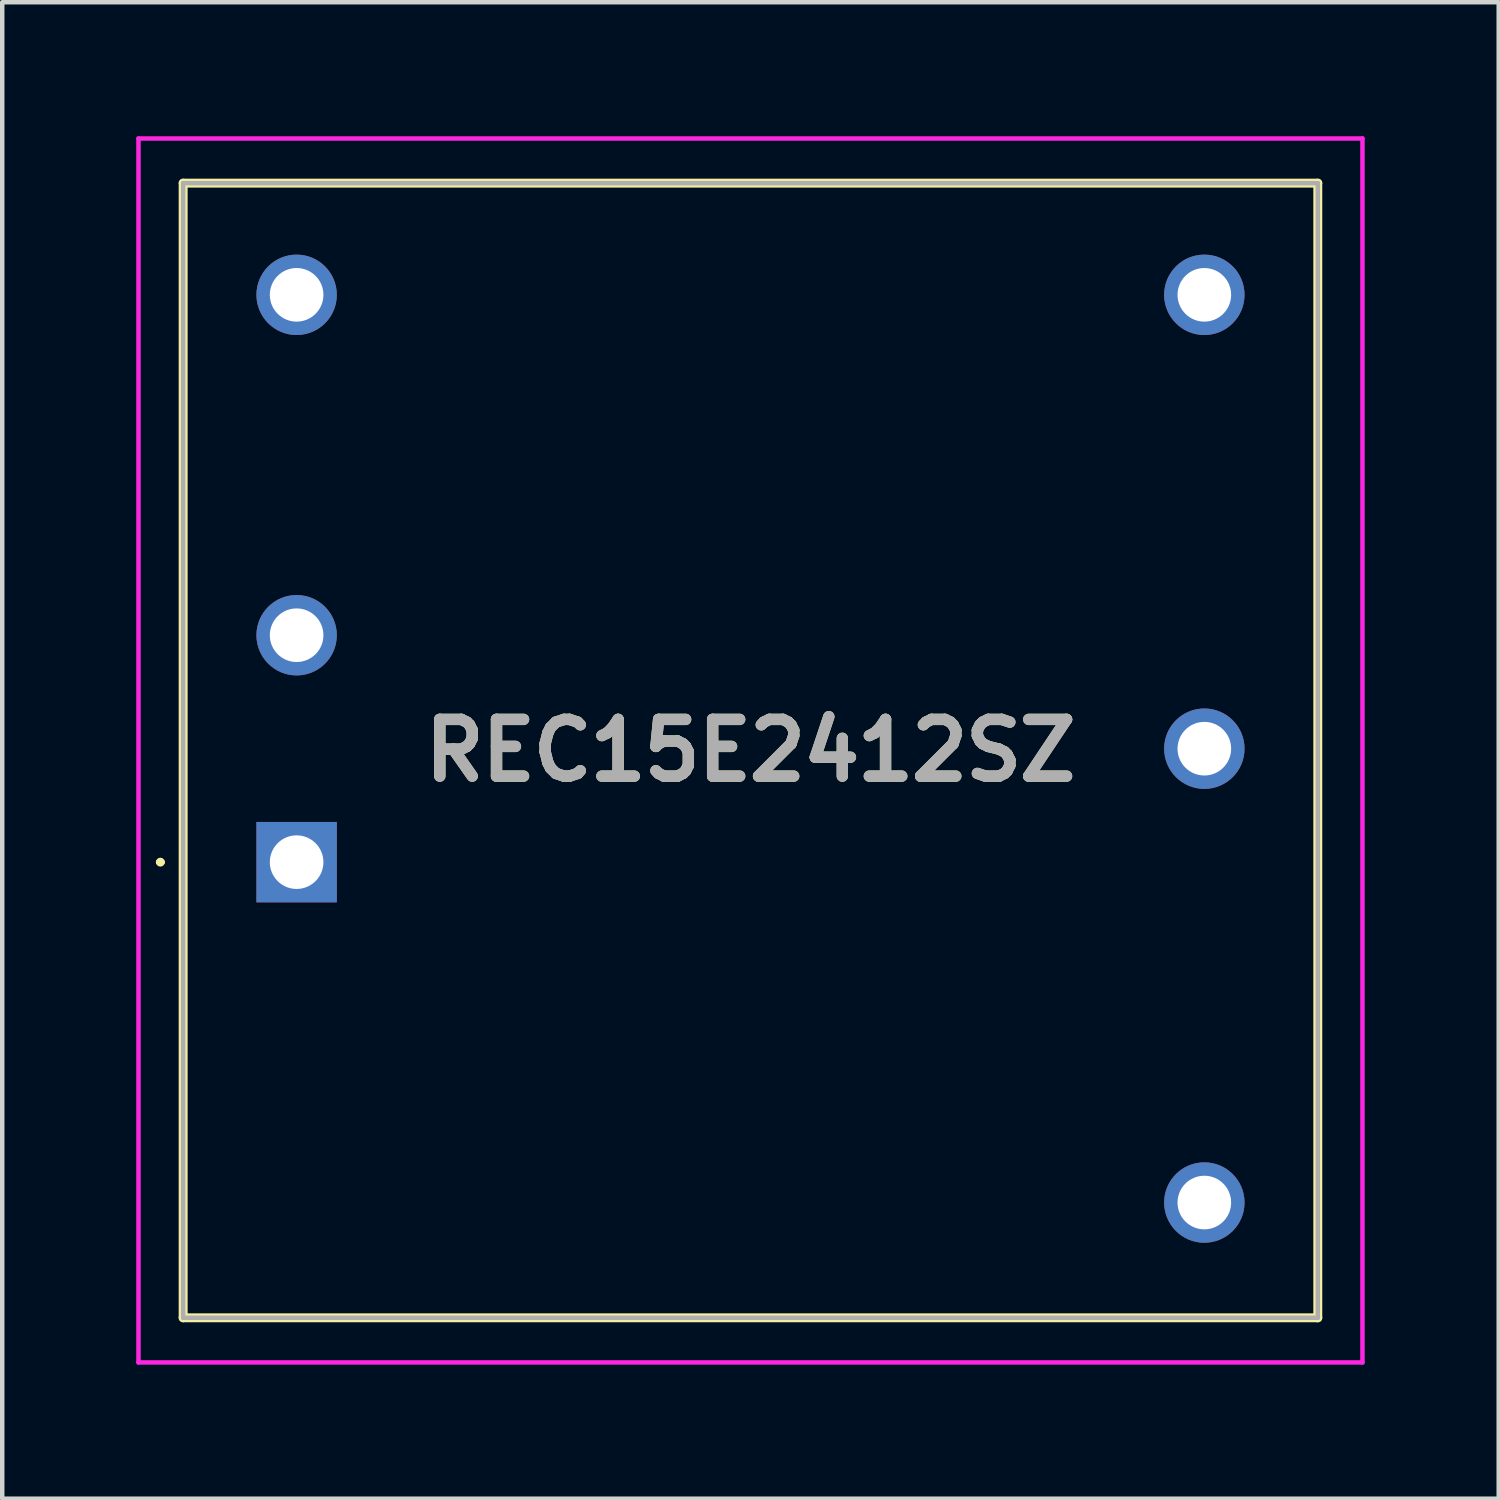
<source format=kicad_pcb>
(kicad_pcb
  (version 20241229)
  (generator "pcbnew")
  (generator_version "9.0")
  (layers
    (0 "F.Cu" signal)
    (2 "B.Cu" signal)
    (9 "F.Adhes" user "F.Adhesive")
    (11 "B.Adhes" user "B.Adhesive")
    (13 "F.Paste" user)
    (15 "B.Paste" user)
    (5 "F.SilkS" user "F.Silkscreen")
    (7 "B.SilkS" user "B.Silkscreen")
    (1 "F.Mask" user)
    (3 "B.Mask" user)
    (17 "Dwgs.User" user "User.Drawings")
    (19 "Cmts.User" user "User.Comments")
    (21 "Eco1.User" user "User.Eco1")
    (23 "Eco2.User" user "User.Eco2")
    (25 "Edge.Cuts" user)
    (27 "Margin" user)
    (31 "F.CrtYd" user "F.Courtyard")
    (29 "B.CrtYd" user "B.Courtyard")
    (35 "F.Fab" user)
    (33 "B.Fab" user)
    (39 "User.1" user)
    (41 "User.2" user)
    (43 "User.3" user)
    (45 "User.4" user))
  (footprint "REC15E2412SZ"
    (layer "F.Cu")
    (at 3.59 16.25)
    (property "Reference" "REC15E2412SZ" (at 10.16 -2.5 0) (layer "F.SilkS") (effects (font (size 1.27 1.27) (thickness 0.254))))
    (attr through_hole)
    (fp_line (start -3.1 0) (end -3.1 0) (stroke (width 0.1) (type solid)) (layer "F.SilkS"))
    (fp_line (start -3 0) (end -3 0) (stroke (width 0.1) (type solid)) (layer "F.SilkS"))
    (fp_line (start -2.54 -15.2) (end -2.54 10.2) (stroke (width 0.2) (type solid)) (layer "F.SilkS"))
    (fp_line (start -2.54 10.2) (end 22.86 10.2) (stroke (width 0.2) (type solid)) (layer "F.SilkS"))
    (fp_line (start 22.86 -15.2) (end -2.54 -15.2) (stroke (width 0.2) (type solid)) (layer "F.SilkS"))
    (fp_line (start 22.86 10.2) (end 22.86 -15.2) (stroke (width 0.2) (type solid)) (layer "F.SilkS"))
    (fp_arc (start -3.1 0) (mid -3.05 -0.05) (end -3 0) (stroke (width 0.1) (type solid)) (layer "F.SilkS"))
    (fp_arc (start -3 0) (mid -3.05 0.05) (end -3.1 0) (stroke (width 0.1) (type solid)) (layer "F.SilkS"))
    (fp_line (start -3.54 -16.2) (end 23.86 -16.2) (stroke (width 0.1) (type solid)) (layer "F.CrtYd"))
    (fp_line (start -3.54 11.2) (end -3.54 -16.2) (stroke (width 0.1) (type solid)) (layer "F.CrtYd"))
    (fp_line (start 23.86 -16.2) (end 23.86 11.2) (stroke (width 0.1) (type solid)) (layer "F.CrtYd"))
    (fp_line (start 23.86 11.2) (end -3.54 11.2) (stroke (width 0.1) (type solid)) (layer "F.CrtYd"))
    (fp_line (start -2.54 -15.2) (end -2.54 10.2) (stroke (width 0.1) (type solid)) (layer "F.Fab"))
    (fp_line (start -2.54 10.2) (end 22.86 10.2) (stroke (width 0.1) (type solid)) (layer "F.Fab"))
    (fp_line (start 22.86 -15.2) (end -2.54 -15.2) (stroke (width 0.1) (type solid)) (layer "F.Fab"))
    (fp_line (start 22.86 10.2) (end 22.86 -15.2) (stroke (width 0.1) (type solid)) (layer "F.Fab"))
    (fp_text user "${REFERENCE}" (at 10.16 -2.5 0) (layer "F.Fab") (effects (font (size 1.27 1.27) (thickness 0.254))))
    (pad "1" thru_hole rect (at 0 0) (size 1.8 1.8) (drill 1.2) (layers "*.Cu" "*.Mask"))
    (pad "2" thru_hole circle (at 0 -5.08) (size 1.8 1.8) (drill 1.2) (layers "*.Cu" "*.Mask"))
    (pad "3" thru_hole circle (at 0 -12.7) (size 1.8 1.8) (drill 1.2) (layers "*.Cu" "*.Mask"))
    (pad "4" thru_hole circle (at 20.32 -12.7) (size 1.8 1.8) (drill 1.2) (layers "*.Cu" "*.Mask"))
    (pad "5" thru_hole circle (at 20.32 -2.54) (size 1.8 1.8) (drill 1.2) (layers "*.Cu" "*.Mask"))
    (pad "6" thru_hole circle (at 20.32 7.62) (size 1.8 1.8) (drill 1.2) (layers "*.Cu" "*.Mask")))
  (gr_rect
    (start -3 -3)
    (end 30.5 30.5)
    (stroke (width 0.1) (type default))
    (fill no)
    (layer "Edge.Cuts")))
</source>
